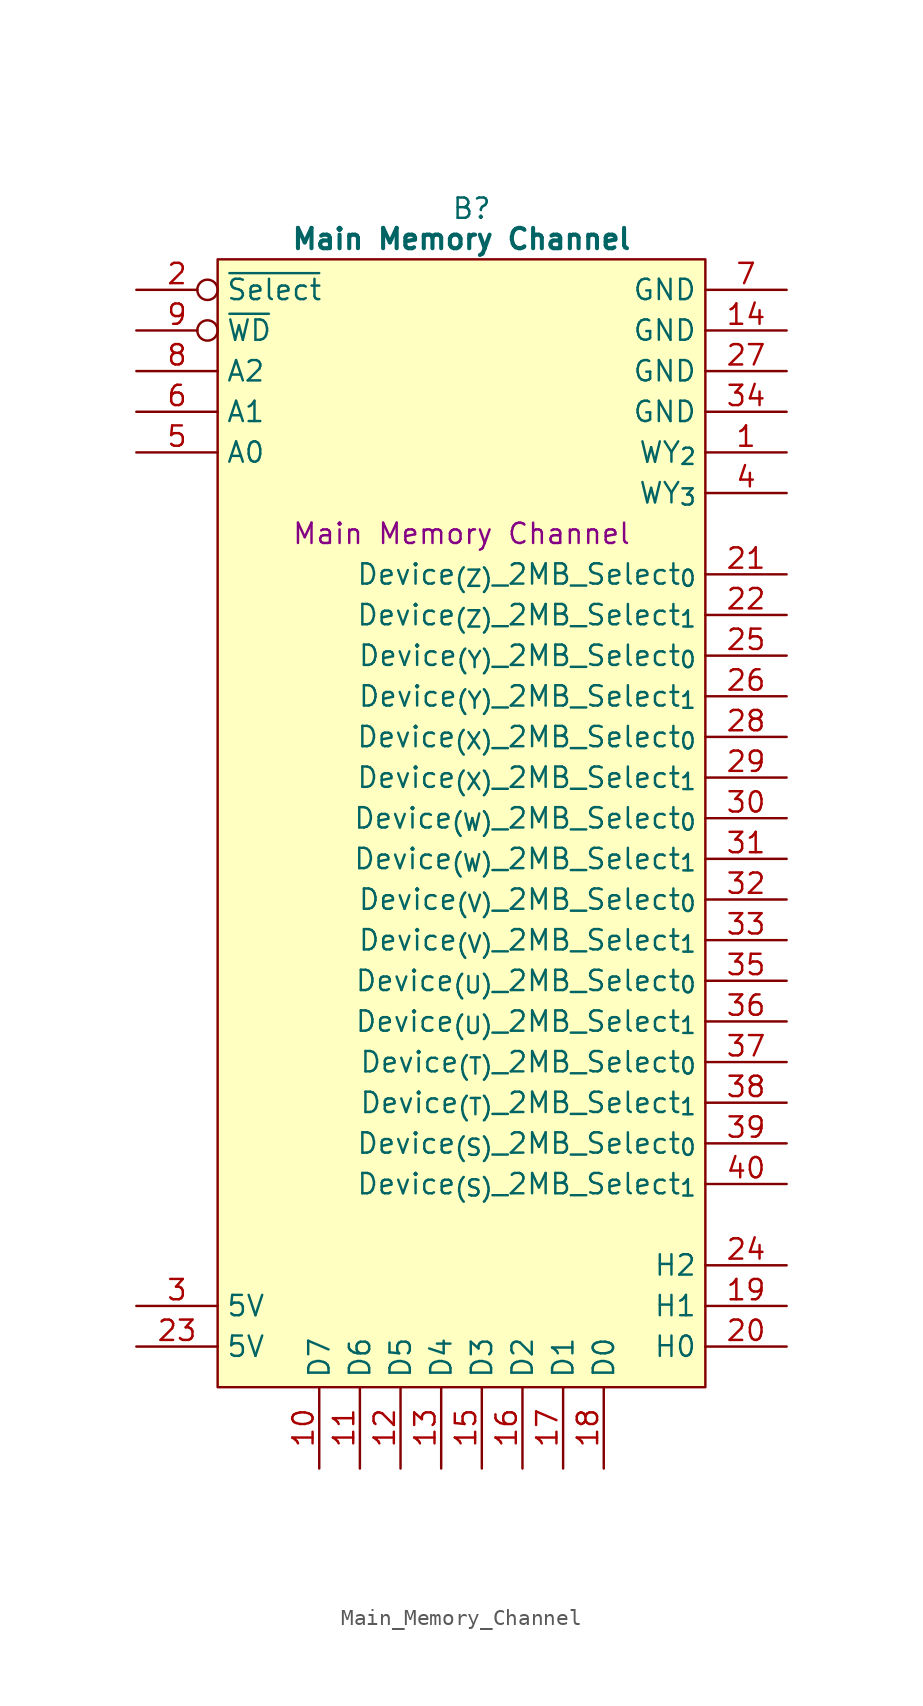
<source format=kicad_sym>
(kicad_symbol_lib
  (version 20241209)
  (generator "kicad_symbol_editor")
  (generator_version "9.0")
  (symbol "Main_Memory_Channel"
    (property "Reference" "B"
      (at 15.875 5.08 0)
      (effects (font (size 1.27 1.27))))
    (property "Value" "Main Memory Channel"
      (at 15.24 3.175 0)
      (effects (font (size 1.27 1.27) (bold yes))))
    (property "Description" "Main Memory Channel"
      (at 15.24 -15.24 0)
      (effects (font (size 1.27 1.27))))
    (symbol "Main_Memory_Channel_0_1"
      (polyline (pts (xy 0 1.905) (xy 30.48 1.905) (xy 30.48 -68.58) (xy 0 -68.58) (xy 0 1.905)) (stroke (width 0.152) (type default)) (fill (type background))))
    (symbol "Main_Memory_Channel_1_0"
      (pin passive line (at 35.56 -7.62 180) (length 5.08) (name "GND" (effects (font (size 1.27 1.27)))) (number "34" (effects (font (size 1.27 1.27)))))
      (pin output line (at 35.56 -38.1 180) (length 5.08) (name "Device_{(V)}_2MB_Select_{0}" (effects (font (size 1.27 1.27)))) (number "32" (effects (font (size 1.27 1.27)))))
      (pin output line (at 35.56 -40.64 180) (length 5.08) (name "Device_{(V)}_2MB_Select_{1}" (effects (font (size 1.27 1.27)))) (number "33" (effects (font (size 1.27 1.27)))))
      (pin output line (at 35.56 -43.18 180) (length 5.08) (name "Device_{(U)}_2MB_Select_{0}" (effects (font (size 1.27 1.27)))) (number "35" (effects (font (size 1.27 1.27)))))
      (pin output line (at 35.56 -45.72 180) (length 5.08) (name "Device_{(U)}_2MB_Select_{1}" (effects (font (size 1.27 1.27)))) (number "36" (effects (font (size 1.27 1.27)))))
      (pin output line (at 35.56 -48.26 180) (length 5.08) (name "Device_{(T)}_2MB_Select_{0}" (effects (font (size 1.27 1.27)))) (number "37" (effects (font (size 1.27 1.27)))))
      (pin output line (at 35.56 -50.8 180) (length 5.08) (name "Device_{(T)}_2MB_Select_{1}" (effects (font (size 1.27 1.27)))) (number "38" (effects (font (size 1.27 1.27)))))
      (pin output line (at 35.56 -53.34 180) (length 5.08) (name "Device_{(S)}_2MB_Select_{0}" (effects (font (size 1.27 1.27)))) (number "39" (effects (font (size 1.27 1.27))))))
    (symbol "Main_Memory_Channel_1_1"
      (pin input inverted (at -5.08 0 0) (length 5.08) (name "~{Select}" (effects (font (size 1.27 1.27)))) (number "2" (effects (font (size 1.27 1.27)))))
      (pin input inverted (at -5.08 -2.54 0) (length 5.08) (name "~{WD}" (effects (font (size 1.27 1.27)))) (number "9" (effects (font (size 1.27 1.27)))))
      (pin input line (at -5.08 -5.08 0) (length 5.08) (name "A2" (effects (font (size 1.27 1.27)))) (number "8" (effects (font (size 1.27 1.27)))))
      (pin input line (at -5.08 -7.62 0) (length 5.08) (name "A1" (effects (font (size 1.27 1.27)))) (number "6" (effects (font (size 1.27 1.27)))))
      (pin input line (at -5.08 -10.16 0) (length 5.08) (name "A0" (effects (font (size 1.27 1.27)))) (number "5" (effects (font (size 1.27 1.27)))))
      (pin passive line (at -5.08 -63.5 0) (length 5.08) (name "5V" (effects (font (size 1.27 1.27)))) (number "3" (effects (font (size 1.27 1.27)))))
      (pin passive line (at -5.08 -66.04 0) (length 5.08) (name "5V" (effects (font (size 1.27 1.27)))) (number "23" (effects (font (size 1.27 1.27)))))
      (pin tri_state line (at 6.35 -73.66 90) (length 5.08) (name "D7" (effects (font (size 1.27 1.27)))) (number "10" (effects (font (size 1.27 1.27)))))
      (pin tri_state line (at 8.89 -73.66 90) (length 5.08) (name "D6" (effects (font (size 1.27 1.27)))) (number "11" (effects (font (size 1.27 1.27)))))
      (pin tri_state line (at 11.43 -73.66 90) (length 5.08) (name "D5" (effects (font (size 1.27 1.27)))) (number "12" (effects (font (size 1.27 1.27)))))
      (pin tri_state line (at 13.97 -73.66 90) (length 5.08) (name "D4" (effects (font (size 1.27 1.27)))) (number "13" (effects (font (size 1.27 1.27)))))
      (pin tri_state line (at 16.51 -73.66 90) (length 5.08) (name "D3" (effects (font (size 1.27 1.27)))) (number "15" (effects (font (size 1.27 1.27)))))
      (pin tri_state line (at 19.05 -73.66 90) (length 5.08) (name "D2" (effects (font (size 1.27 1.27)))) (number "16" (effects (font (size 1.27 1.27)))))
      (pin tri_state line (at 21.59 -73.66 90) (length 5.08) (name "D1" (effects (font (size 1.27 1.27)))) (number "17" (effects (font (size 1.27 1.27)))))
      (pin tri_state line (at 24.13 -73.66 90) (length 5.08) (name "D0" (effects (font (size 1.27 1.27)))) (number "18" (effects (font (size 1.27 1.27)))))
      (pin passive line (at 35.56 0 180) (length 5.08) (name "GND" (effects (font (size 1.27 1.27)))) (number "7" (effects (font (size 1.27 1.27)))))
      (pin passive line (at 35.56 -2.54 180) (length 5.08) (name "GND" (effects (font (size 1.27 1.27)))) (number "14" (effects (font (size 1.27 1.27)))))
      (pin passive line (at 35.56 -5.08 180) (length 5.08) (name "GND" (effects (font (size 1.27 1.27)))) (number "27" (effects (font (size 1.27 1.27)))))
      (pin output line (at 35.56 -10.16 180) (length 5.08) (name "WY_{2}" (effects (font (size 1.27 1.27)))) (number "1" (effects (font (size 1.27 1.27)))))
      (pin output line (at 35.56 -12.7 180) (length 5.08) (name "WY_{3}" (effects (font (size 1.27 1.27)))) (number "4" (effects (font (size 1.27 1.27)))))
      (pin output line (at 35.56 -17.78 180) (length 5.08) (name "Device_{(Z)}_2MB_Select_{0}" (effects (font (size 1.27 1.27)))) (number "21" (effects (font (size 1.27 1.27)))))
      (pin output line (at 35.56 -20.32 180) (length 5.08) (name "Device_{(Z)}_2MB_Select_{1}" (effects (font (size 1.27 1.27)))) (number "22" (effects (font (size 1.27 1.27)))))
      (pin output line (at 35.56 -22.86 180) (length 5.08) (name "Device_{(Y)}_2MB_Select_{0}" (effects (font (size 1.27 1.27)))) (number "25" (effects (font (size 1.27 1.27)))))
      (pin output line (at 35.56 -25.4 180) (length 5.08) (name "Device_{(Y)}_2MB_Select_{1}" (effects (font (size 1.27 1.27)))) (number "26" (effects (font (size 1.27 1.27)))))
      (pin output line (at 35.56 -27.94 180) (length 5.08) (name "Device_{(X)}_2MB_Select_{0}" (effects (font (size 1.27 1.27)))) (number "28" (effects (font (size 1.27 1.27)))))
      (pin output line (at 35.56 -30.48 180) (length 5.08) (name "Device_{(X)}_2MB_Select_{1}" (effects (font (size 1.27 1.27)))) (number "29" (effects (font (size 1.27 1.27)))))
      (pin output line (at 35.56 -33.02 180) (length 5.08) (name "Device_{(W)}_2MB_Select_{0}" (effects (font (size 1.27 1.27)))) (number "30" (effects (font (size 1.27 1.27)))))
      (pin output line (at 35.56 -35.56 180) (length 5.08) (name "Device_{(W)}_2MB_Select_{1}" (effects (font (size 1.27 1.27)))) (number "31" (effects (font (size 1.27 1.27)))))
      (pin output line (at 35.56 -55.88 180) (length 5.08) (name "Device_{(S)}_2MB_Select_{1}" (effects (font (size 1.27 1.27)))) (number "40" (effects (font (size 1.27 1.27)))))
      (pin tri_state line (at 35.56 -60.96 180) (length 5.08) (name "H2" (effects (font (size 1.27 1.27)))) (number "24" (effects (font (size 1.27 1.27)))))
      (pin tri_state line (at 35.56 -63.5 180) (length 5.08) (name "H1" (effects (font (size 1.27 1.27)))) (number "19" (effects (font (size 1.27 1.27)))))
      (pin tri_state line (at 35.56 -66.04 180) (length 5.08) (name "H0" (effects (font (size 1.27 1.27)))) (number "20" (effects (font (size 1.27 1.27))))))))
</source>
